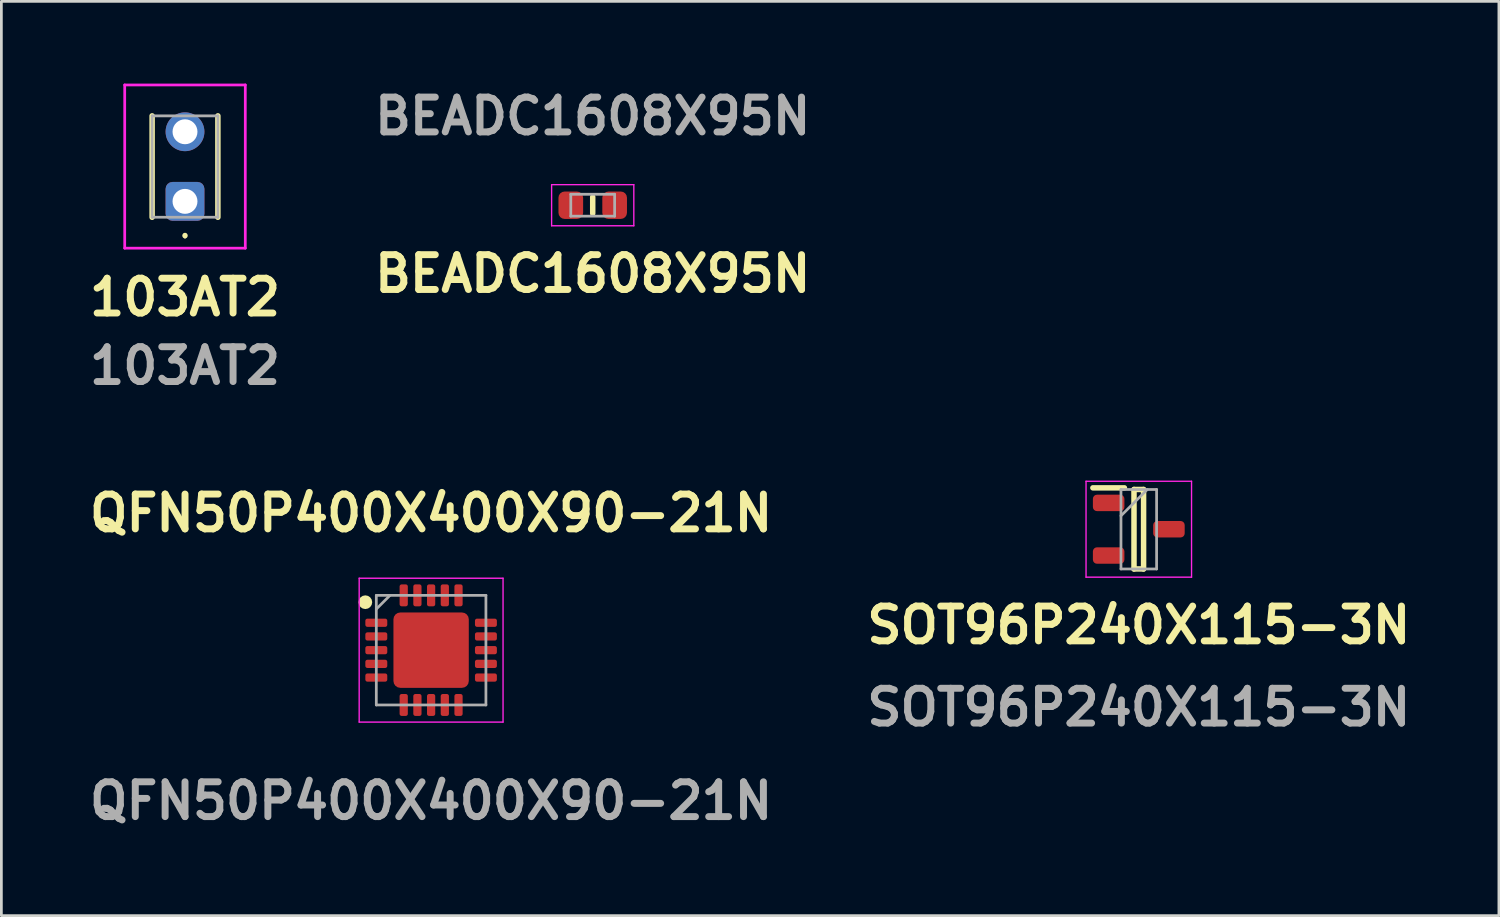
<source format=kicad_pcb>
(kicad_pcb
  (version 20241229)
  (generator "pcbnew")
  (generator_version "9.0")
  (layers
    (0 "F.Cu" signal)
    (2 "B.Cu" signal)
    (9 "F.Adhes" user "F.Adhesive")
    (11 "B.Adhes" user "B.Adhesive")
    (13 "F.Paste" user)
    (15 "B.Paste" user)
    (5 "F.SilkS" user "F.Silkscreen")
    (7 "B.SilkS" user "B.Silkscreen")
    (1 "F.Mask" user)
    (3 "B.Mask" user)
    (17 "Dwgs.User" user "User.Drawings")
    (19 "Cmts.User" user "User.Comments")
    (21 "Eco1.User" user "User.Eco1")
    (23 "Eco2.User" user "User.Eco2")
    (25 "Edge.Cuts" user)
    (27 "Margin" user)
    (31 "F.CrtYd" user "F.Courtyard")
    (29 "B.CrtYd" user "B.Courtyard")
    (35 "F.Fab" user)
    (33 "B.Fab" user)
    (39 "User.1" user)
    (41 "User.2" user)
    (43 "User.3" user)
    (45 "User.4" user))
  (footprint "BEADC1608X95N"
    (layer "F.Cu")
    (at 18.579 4.439)
    (property "Reference" "BEADC1608X95N" (at 0 2.5 0) (layer "F.SilkS") (effects (font (size 1.27 1.27) (thickness 0.254))))
    (attr smd)
    (fp_line (start 0 -0.3) (end 0 0.3) (stroke (width 0.2) (type solid)) (layer "F.SilkS"))
    (fp_line (start -1.5 -0.75) (end 1.5 -0.75) (stroke (width 0.05) (type solid)) (layer "F.CrtYd"))
    (fp_line (start -1.5 0.75) (end -1.5 -0.75) (stroke (width 0.05) (type solid)) (layer "F.CrtYd"))
    (fp_line (start 1.5 -0.75) (end 1.5 0.75) (stroke (width 0.05) (type solid)) (layer "F.CrtYd"))
    (fp_line (start 1.5 0.75) (end -1.5 0.75) (stroke (width 0.05) (type solid)) (layer "F.CrtYd"))
    (fp_line (start -0.8 -0.4) (end 0.8 -0.4) (stroke (width 0.1) (type solid)) (layer "F.Fab"))
    (fp_line (start -0.8 0.4) (end -0.8 -0.4) (stroke (width 0.1) (type solid)) (layer "F.Fab"))
    (fp_line (start 0.8 -0.4) (end 0.8 0.4) (stroke (width 0.1) (type solid)) (layer "F.Fab"))
    (fp_line (start 0.8 0.4) (end -0.8 0.4) (stroke (width 0.1) (type solid)) (layer "F.Fab"))
    (fp_text user "${REFERENCE}" (at 0 -3.25 0) (layer "F.Fab") (effects (font (size 1.27 1.27) (thickness 0.254))))
    (pad "1" smd roundrect (at -0.8 0) (size 0.9 1) (layers "F.Cu" "F.Mask" "F.Paste") (roundrect_rratio 0.25))
    (pad "2" smd roundrect (at 0.8 0) (size 0.9 1) (layers "F.Cu" "F.Mask" "F.Paste") (roundrect_rratio 0.25)))
  (footprint "103AT2"
    (layer "F.Cu")
    (at 3.701 4.298)
    (property "Reference" "103AT2" (at 0 3.5 0) (layer "F.SilkS") (effects (font (size 1.27 1.27) (thickness 0.254))))
    (attr through_hole)
    (fp_line (start -1.2 -3.12) (end -1.2 0.58) (stroke (width 0.2) (type solid)) (layer "F.SilkS"))
    (fp_line (start 0 1.2) (end 0 1.2) (stroke (width 0.1) (type solid)) (layer "F.SilkS"))
    (fp_line (start 0 1.3) (end 0 1.3) (stroke (width 0.1) (type solid)) (layer "F.SilkS"))
    (fp_line (start 1.2 -3.12) (end 1.2 0.58) (stroke (width 0.2) (type solid)) (layer "F.SilkS"))
    (fp_arc (start 0 1.2) (mid 0.05 1.25) (end 0 1.3) (stroke (width 0.1) (type solid)) (layer "F.SilkS"))
    (fp_arc (start 0 1.3) (mid -0.05 1.25) (end 0 1.2) (stroke (width 0.1) (type solid)) (layer "F.SilkS"))
    (fp_line (start -2.2 -4.248) (end 2.2 -4.248) (stroke (width 0.1) (type solid)) (layer "F.CrtYd"))
    (fp_line (start -2.2 1.708) (end -2.2 -4.248) (stroke (width 0.1) (type solid)) (layer "F.CrtYd"))
    (fp_line (start 2.2 -4.248) (end 2.2 1.708) (stroke (width 0.1) (type solid)) (layer "F.CrtYd"))
    (fp_line (start 2.2 1.708) (end -2.2 1.708) (stroke (width 0.1) (type solid)) (layer "F.CrtYd"))
    (fp_line (start -1.2 -3.12) (end 1.2 -3.12) (stroke (width 0.1) (type solid)) (layer "F.Fab"))
    (fp_line (start -1.2 0.58) (end -1.2 -3.12) (stroke (width 0.1) (type solid)) (layer "F.Fab"))
    (fp_line (start 1.2 -3.12) (end 1.2 0.58) (stroke (width 0.1) (type solid)) (layer "F.Fab"))
    (fp_line (start 1.2 0.58) (end -1.2 0.58) (stroke (width 0.1) (type solid)) (layer "F.Fab"))
    (fp_text user "${REFERENCE}" (at 0 6 0) (layer "F.Fab") (effects (font (size 1.27 1.27) (thickness 0.254))))
    (pad "1" thru_hole roundrect (at 0 0) (size 1.416 1.416) (drill 0.91) (layers "*.Cu" "*.Mask") (roundrect_rratio 0.177))
    (pad "2" thru_hole circle (at 0 -2.54) (size 1.416 1.416) (drill 0.91) (layers "*.Cu" "*.Mask")))
  (footprint "QFN50P400X400X90-21N"
    (layer "F.Cu")
    (at 12.682 20.675)
    (property "Reference" "QFN50P400X400X90-21N" (at 0 -5 0) (layer "F.SilkS") (effects (font (size 1.27 1.27) (thickness 0.254))))
    (attr smd)
    (fp_circle (center -2.4 -1.75) (end -2.4 -1.625) (stroke (width 0.25) (type solid)) (fill no) (layer "F.SilkS"))
    (fp_line (start -2.625 -2.625) (end 2.625 -2.625) (stroke (width 0.05) (type solid)) (layer "F.CrtYd"))
    (fp_line (start -2.625 2.625) (end -2.625 -2.625) (stroke (width 0.05) (type solid)) (layer "F.CrtYd"))
    (fp_line (start 2.625 -2.625) (end 2.625 2.625) (stroke (width 0.05) (type solid)) (layer "F.CrtYd"))
    (fp_line (start 2.625 2.625) (end -2.625 2.625) (stroke (width 0.05) (type solid)) (layer "F.CrtYd"))
    (fp_line (start -2 -2) (end 2 -2) (stroke (width 0.1) (type solid)) (layer "F.Fab"))
    (fp_line (start -2 -1.5) (end -1.5 -2) (stroke (width 0.1) (type solid)) (layer "F.Fab"))
    (fp_line (start -2 2) (end -2 -2) (stroke (width 0.1) (type solid)) (layer "F.Fab"))
    (fp_line (start 2 -2) (end 2 2) (stroke (width 0.1) (type solid)) (layer "F.Fab"))
    (fp_line (start 2 2) (end -2 2) (stroke (width 0.1) (type solid)) (layer "F.Fab"))
    (fp_text user "${REFERENCE}" (at 0 5.5 0) (layer "F.Fab") (effects (font (size 1.27 1.27) (thickness 0.254))))
    (pad "1" smd roundrect (at -2 -1 90) (size 0.3 0.8) (layers "F.Cu" "F.Mask" "F.Paste") (roundrect_rratio 0.25))
    (pad "2" smd roundrect (at -2 -0.5 90) (size 0.3 0.8) (layers "F.Cu" "F.Mask" "F.Paste") (roundrect_rratio 0.25))
    (pad "3" smd roundrect (at -2 0 90) (size 0.3 0.8) (layers "F.Cu" "F.Mask" "F.Paste") (roundrect_rratio 0.25))
    (pad "4" smd roundrect (at -2 0.5 90) (size 0.3 0.8) (layers "F.Cu" "F.Mask" "F.Paste") (roundrect_rratio 0.25))
    (pad "5" smd roundrect (at -2 1 90) (size 0.3 0.8) (layers "F.Cu" "F.Mask" "F.Paste") (roundrect_rratio 0.25))
    (pad "6" smd roundrect (at -1 2) (size 0.3 0.8) (layers "F.Cu" "F.Mask" "F.Paste") (roundrect_rratio 0.25))
    (pad "7" smd roundrect (at -0.5 2) (size 0.3 0.8) (layers "F.Cu" "F.Mask" "F.Paste") (roundrect_rratio 0.25))
    (pad "8" smd roundrect (at 0 2) (size 0.3 0.8) (layers "F.Cu" "F.Mask" "F.Paste") (roundrect_rratio 0.25))
    (pad "9" smd roundrect (at 0.5 2) (size 0.3 0.8) (layers "F.Cu" "F.Mask" "F.Paste") (roundrect_rratio 0.25))
    (pad "10" smd roundrect (at 1 2) (size 0.3 0.8) (layers "F.Cu" "F.Mask" "F.Paste") (roundrect_rratio 0.25))
    (pad "11" smd roundrect (at 2 1 90) (size 0.3 0.8) (layers "F.Cu" "F.Mask" "F.Paste") (roundrect_rratio 0.25))
    (pad "12" smd roundrect (at 2 0.5 90) (size 0.3 0.8) (layers "F.Cu" "F.Mask" "F.Paste") (roundrect_rratio 0.25))
    (pad "13" smd roundrect (at 2 0 90) (size 0.3 0.8) (layers "F.Cu" "F.Mask" "F.Paste") (roundrect_rratio 0.25))
    (pad "14" smd roundrect (at 2 -0.5 90) (size 0.3 0.8) (layers "F.Cu" "F.Mask" "F.Paste") (roundrect_rratio 0.25))
    (pad "15" smd roundrect (at 2 -1 90) (size 0.3 0.8) (layers "F.Cu" "F.Mask" "F.Paste") (roundrect_rratio 0.25))
    (pad "16" smd roundrect (at 1 -2) (size 0.3 0.8) (layers "F.Cu" "F.Mask" "F.Paste") (roundrect_rratio 0.25))
    (pad "17" smd roundrect (at 0.5 -2) (size 0.3 0.8) (layers "F.Cu" "F.Mask" "F.Paste") (roundrect_rratio 0.25))
    (pad "18" smd roundrect (at 0 -2) (size 0.3 0.8) (layers "F.Cu" "F.Mask" "F.Paste") (roundrect_rratio 0.25))
    (pad "19" smd roundrect (at -0.5 -2) (size 0.3 0.8) (layers "F.Cu" "F.Mask" "F.Paste") (roundrect_rratio 0.25))
    (pad "20" smd roundrect (at -1 -2) (size 0.3 0.8) (layers "F.Cu" "F.Mask" "F.Paste") (roundrect_rratio 0.25))
    (pad "21" smd roundrect (at 0 0) (size 2.75 2.75) (layers "F.Cu" "F.Mask" "F.Paste") (roundrect_rratio 0.091)))
  (footprint "SOT96P240X115-3N"
    (layer "F.Cu")
    (at 38.506 16.262)
    (property "Reference" "SOT96P240X115-3N" (at 0 3.5 0) (layer "F.SilkS") (effects (font (size 1.27 1.27) (thickness 0.254))))
    (attr smd)
    (fp_line (start -1.675 -1.51) (end -0.525 -1.51) (stroke (width 0.2) (type solid)) (layer "F.SilkS"))
    (fp_line (start -0.175 -1.45) (end 0.175 -1.45) (stroke (width 0.2) (type solid)) (layer "F.SilkS"))
    (fp_line (start -0.175 1.45) (end -0.175 -1.45) (stroke (width 0.2) (type solid)) (layer "F.SilkS"))
    (fp_line (start 0.175 -1.45) (end 0.175 1.45) (stroke (width 0.2) (type solid)) (layer "F.SilkS"))
    (fp_line (start 0.175 1.45) (end -0.175 1.45) (stroke (width 0.2) (type solid)) (layer "F.SilkS"))
    (fp_line (start -1.925 -1.75) (end 1.925 -1.75) (stroke (width 0.05) (type solid)) (layer "F.CrtYd"))
    (fp_line (start -1.925 1.75) (end -1.925 -1.75) (stroke (width 0.05) (type solid)) (layer "F.CrtYd"))
    (fp_line (start 1.925 -1.75) (end 1.925 1.75) (stroke (width 0.05) (type solid)) (layer "F.CrtYd"))
    (fp_line (start 1.925 1.75) (end -1.925 1.75) (stroke (width 0.05) (type solid)) (layer "F.CrtYd"))
    (fp_line (start -0.65 -1.45) (end 0.65 -1.45) (stroke (width 0.1) (type solid)) (layer "F.Fab"))
    (fp_line (start -0.65 -0.49) (end 0.31 -1.45) (stroke (width 0.1) (type solid)) (layer "F.Fab"))
    (fp_line (start -0.65 1.45) (end -0.65 -1.45) (stroke (width 0.1) (type solid)) (layer "F.Fab"))
    (fp_line (start 0.65 -1.45) (end 0.65 1.45) (stroke (width 0.1) (type solid)) (layer "F.Fab"))
    (fp_line (start 0.65 1.45) (end -0.65 1.45) (stroke (width 0.1) (type solid)) (layer "F.Fab"))
    (fp_text user "${REFERENCE}" (at 0 6.5 0) (layer "F.Fab") (effects (font (size 1.27 1.27) (thickness 0.254))))
    (pad "1" smd roundrect (at -1.1 -0.96 90) (size 0.6 1.15) (layers "F.Cu" "F.Mask" "F.Paste") (roundrect_rratio 0.25))
    (pad "2" smd roundrect (at -1.1 0.96 90) (size 0.6 1.15) (layers "F.Cu" "F.Mask" "F.Paste") (roundrect_rratio 0.25))
    (pad "3" smd roundrect (at 1.1 0 90) (size 0.6 1.15) (layers "F.Cu" "F.Mask" "F.Paste") (roundrect_rratio 0.25)))
  (gr_rect
    (start -3 -3)
    (end 51.647 30.364)
    (stroke (width 0.1) (type default))
    (fill no)
    (layer "Edge.Cuts")))
</source>
